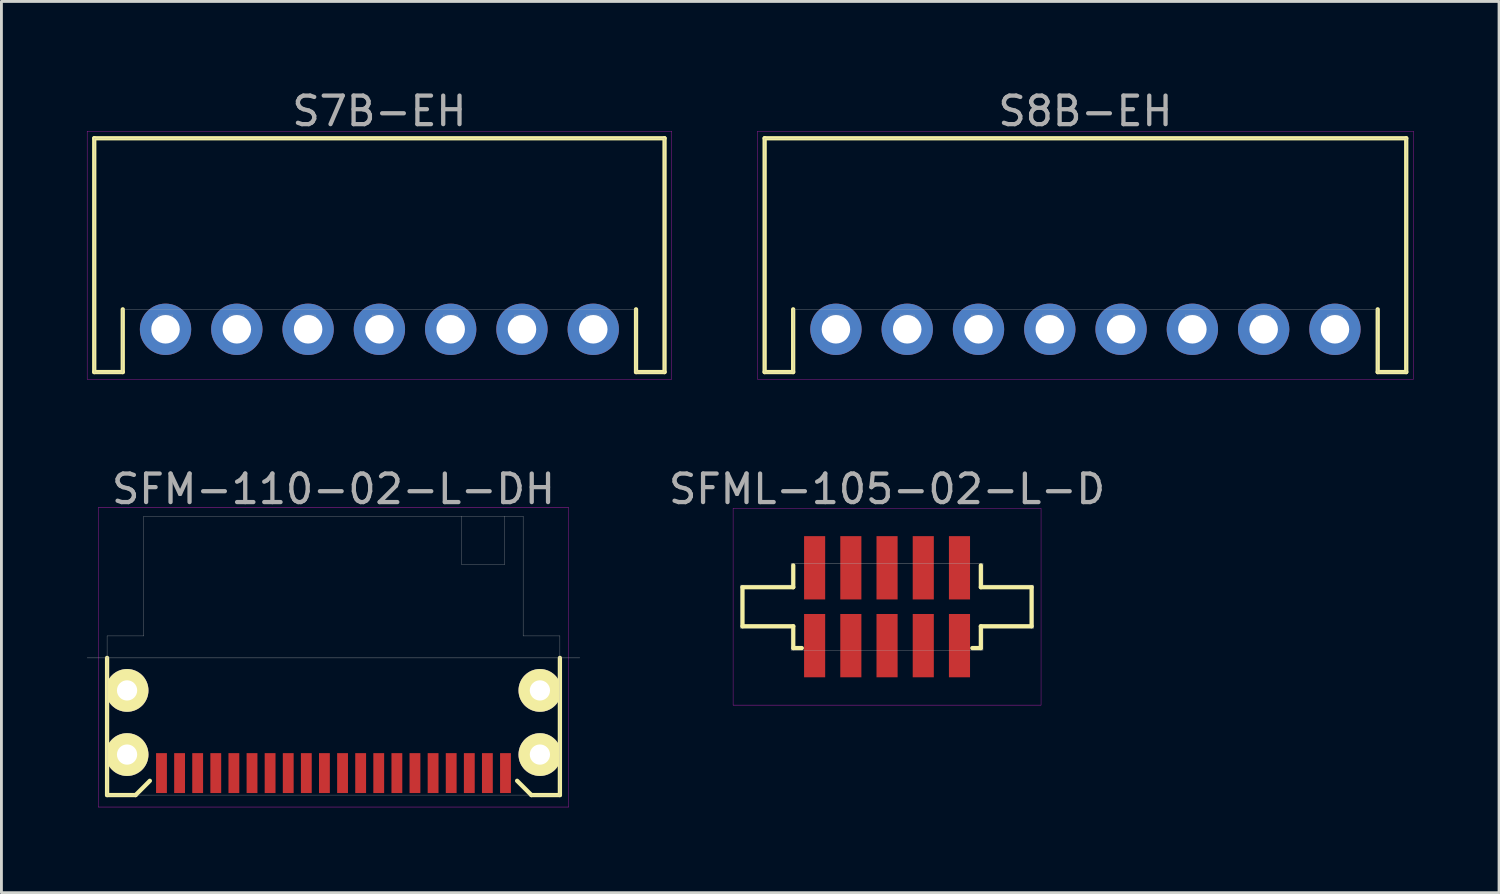
<source format=kicad_pcb>
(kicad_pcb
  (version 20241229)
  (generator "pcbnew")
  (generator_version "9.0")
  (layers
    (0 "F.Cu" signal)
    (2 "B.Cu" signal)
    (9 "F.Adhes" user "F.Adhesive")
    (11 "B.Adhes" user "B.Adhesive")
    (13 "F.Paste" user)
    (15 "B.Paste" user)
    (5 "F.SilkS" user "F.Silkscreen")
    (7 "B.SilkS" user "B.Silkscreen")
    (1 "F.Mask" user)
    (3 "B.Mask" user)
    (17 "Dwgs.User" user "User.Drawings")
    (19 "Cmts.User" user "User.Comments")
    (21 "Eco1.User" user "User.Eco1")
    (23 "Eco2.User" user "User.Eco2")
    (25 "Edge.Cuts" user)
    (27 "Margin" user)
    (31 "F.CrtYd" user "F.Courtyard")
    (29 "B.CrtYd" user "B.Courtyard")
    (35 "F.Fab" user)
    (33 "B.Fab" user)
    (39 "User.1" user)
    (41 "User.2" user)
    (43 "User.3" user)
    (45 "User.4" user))
  (footprint "SFM-110-02-L-DH"
    (layer "F.Cu")
    (at 8.645 20.252)
    (property "Reference" "SFM-110-02-L-DH" (at 0 -6.15 180) (layer "F.Fab") (effects (font (size 1 1) (thickness 0.15))))
    (attr through_hole)
    (fp_line (start -7.94 -0.23) (end -7.94 4.58) (stroke (width 0.15) (type solid)) (layer "F.SilkS"))
    (fp_line (start -7.94 4.58) (end -6.94 4.58) (stroke (width 0.15) (type solid)) (layer "F.SilkS"))
    (fp_line (start -6.44 4.08) (end -6.94 4.58) (stroke (width 0.15) (type solid)) (layer "F.SilkS"))
    (fp_line (start 6.44 4.08) (end 6.94 4.58) (stroke (width 0.15) (type solid)) (layer "F.SilkS"))
    (fp_line (start 6.94 4.58) (end 7.94 4.58) (stroke (width 0.15) (type solid)) (layer "F.SilkS"))
    (fp_line (start 7.94 -0.23) (end 7.94 4.58) (stroke (width 0.15) (type solid)) (layer "F.SilkS"))
    (fp_line (start -8.25 -5.5) (end -8.25 5) (stroke (width 0.01) (type solid)) (layer "F.CrtYd"))
    (fp_line (start -8.25 5) (end 8.25 5) (stroke (width 0.01) (type solid)) (layer "F.CrtYd"))
    (fp_line (start 8.25 -5.5) (end -8.25 -5.5) (stroke (width 0.01) (type solid)) (layer "F.CrtYd"))
    (fp_line (start 8.25 5) (end 8.25 -5.5) (stroke (width 0.01) (type solid)) (layer "F.CrtYd"))
    (fp_line (start -8.64 -0.23) (end 8.64 -0.23) (stroke (width 0.01) (type solid)) (layer "F.Fab"))
    (fp_line (start -7.94 -1) (end -7.94 4.58) (stroke (width 0.01) (type solid)) (layer "F.Fab"))
    (fp_line (start -7.94 -1) (end -6.65 -1) (stroke (width 0.01) (type solid)) (layer "F.Fab"))
    (fp_line (start -7.94 4.58) (end 7.94 4.58) (stroke (width 0.01) (type solid)) (layer "F.Fab"))
    (fp_line (start -6.65 -5.2) (end -6.65 -1) (stroke (width 0.01) (type solid)) (layer "F.Fab"))
    (fp_line (start -6.65 -5.2) (end 6.65 -5.2) (stroke (width 0.01) (type solid)) (layer "F.Fab"))
    (fp_line (start 4.5 -5.2) (end 4.5 -3.5) (stroke (width 0.01) (type solid)) (layer "F.Fab"))
    (fp_line (start 4.5 -3.5) (end 6 -3.5) (stroke (width 0.01) (type solid)) (layer "F.Fab"))
    (fp_line (start 6 -5.2) (end 6 -3.5) (stroke (width 0.01) (type solid)) (layer "F.Fab"))
    (fp_line (start 6.65 -5.2) (end 6.65 -1) (stroke (width 0.01) (type solid)) (layer "F.Fab"))
    (fp_line (start 6.65 -1) (end 7.94 -1) (stroke (width 0.01) (type solid)) (layer "F.Fab"))
    (fp_line (start 7.94 -1) (end 7.94 4.58) (stroke (width 0.01) (type solid)) (layer "F.Fab"))
    (pad "" thru_hole circle (at -7.239 0.91) (size 1.5 1.5) (drill 0.71) (layers "*.Cu" "*.Mask" "F.SilkS"))
    (pad "" thru_hole circle (at -7.239 3.16) (size 1.5 1.5) (drill 0.71) (layers "*.Cu" "*.Mask" "F.SilkS"))
    (pad "" thru_hole circle (at 7.239 0.91) (size 1.5 1.5) (drill 0.71) (layers "*.Cu" "*.Mask" "F.SilkS"))
    (pad "" thru_hole circle (at 7.239 3.16) (size 1.5 1.5) (drill 0.71) (layers "*.Cu" "*.Mask" "F.SilkS"))
    (pad "1" smd rect (at -6.032 3.81) (size 0.38 1.4) (layers "F.Cu" "F.Mask" "F.Paste"))
    (pad "2" smd rect (at -5.397 3.81) (size 0.38 1.4) (layers "F.Cu" "F.Mask" "F.Paste"))
    (pad "3" smd rect (at -4.763 3.81) (size 0.38 1.4) (layers "F.Cu" "F.Mask" "F.Paste"))
    (pad "4" smd rect (at -4.128 3.81) (size 0.38 1.4) (layers "F.Cu" "F.Mask" "F.Paste"))
    (pad "5" smd rect (at -3.493 3.81) (size 0.38 1.4) (layers "F.Cu" "F.Mask" "F.Paste"))
    (pad "6" smd rect (at -2.857 3.81) (size 0.38 1.4) (layers "F.Cu" "F.Mask" "F.Paste"))
    (pad "7" smd rect (at -2.223 3.81) (size 0.38 1.4) (layers "F.Cu" "F.Mask" "F.Paste"))
    (pad "8" smd rect (at -1.587 3.81) (size 0.38 1.4) (layers "F.Cu" "F.Mask" "F.Paste"))
    (pad "9" smd rect (at -0.953 3.81) (size 0.38 1.4) (layers "F.Cu" "F.Mask" "F.Paste"))
    (pad "10" smd rect (at -0.318 3.81) (size 0.38 1.4) (layers "F.Cu" "F.Mask" "F.Paste"))
    (pad "11" smd rect (at 0.318 3.81) (size 0.38 1.4) (layers "F.Cu" "F.Mask" "F.Paste"))
    (pad "12" smd rect (at 0.953 3.81) (size 0.38 1.4) (layers "F.Cu" "F.Mask" "F.Paste"))
    (pad "13" smd rect (at 1.587 3.81) (size 0.38 1.4) (layers "F.Cu" "F.Mask" "F.Paste"))
    (pad "14" smd rect (at 2.223 3.81) (size 0.38 1.4) (layers "F.Cu" "F.Mask" "F.Paste"))
    (pad "15" smd rect (at 2.857 3.81) (size 0.38 1.4) (layers "F.Cu" "F.Mask" "F.Paste"))
    (pad "16" smd rect (at 3.493 3.81) (size 0.38 1.4) (layers "F.Cu" "F.Mask" "F.Paste"))
    (pad "17" smd rect (at 4.128 3.81) (size 0.38 1.4) (layers "F.Cu" "F.Mask" "F.Paste"))
    (pad "18" smd rect (at 4.763 3.81) (size 0.38 1.4) (layers "F.Cu" "F.Mask" "F.Paste"))
    (pad "19" smd rect (at 5.397 3.81) (size 0.38 1.4) (layers "F.Cu" "F.Mask" "F.Paste"))
    (pad "20" smd rect (at 6.032 3.81) (size 0.38 1.4) (layers "F.Cu" "F.Mask" "F.Paste")))
  (footprint "S8B-EH"
    (layer "F.Cu")
    (at 35.015 8.498)
    (property "Reference" "S8B-EH" (at 0 -7.65 0) (layer "F.Fab") (effects (font (size 1 1) (thickness 0.15))))
    (attr through_hole)
    (fp_line (start -11.25 -6.7) (end -11.25 1.5) (stroke (width 0.15) (type solid)) (layer "F.SilkS"))
    (fp_line (start -11.25 -6.7) (end 11.25 -6.7) (stroke (width 0.15) (type solid)) (layer "F.SilkS"))
    (fp_line (start -11.25 1.5) (end -10.25 1.5) (stroke (width 0.15) (type solid)) (layer "F.SilkS"))
    (fp_line (start -10.25 1.5) (end -10.25 -0.7) (stroke (width 0.15) (type solid)) (layer "F.SilkS"))
    (fp_line (start 10.25 1.5) (end 10.25 -0.7) (stroke (width 0.15) (type solid)) (layer "F.SilkS"))
    (fp_line (start 11.25 -6.7) (end 11.25 1.5) (stroke (width 0.15) (type solid)) (layer "F.SilkS"))
    (fp_line (start 11.25 1.5) (end 10.25 1.5) (stroke (width 0.15) (type solid)) (layer "F.SilkS"))
    (fp_line (start -11.5 -6.95) (end 11.5 -6.95) (stroke (width 0.01) (type solid)) (layer "F.CrtYd"))
    (fp_line (start -11.5 1.75) (end -11.5 -6.95) (stroke (width 0.01) (type solid)) (layer "F.CrtYd"))
    (fp_line (start 11.5 -6.95) (end 11.5 1.75) (stroke (width 0.01) (type solid)) (layer "F.CrtYd"))
    (fp_line (start 11.5 1.75) (end -11.5 1.75) (stroke (width 0.01) (type solid)) (layer "F.CrtYd"))
    (fp_line (start -11.25 -6.7) (end -11.25 1.5) (stroke (width 0.01) (type solid)) (layer "F.Fab"))
    (fp_line (start -11.25 -6.7) (end 11.25 -6.7) (stroke (width 0.01) (type solid)) (layer "F.Fab"))
    (fp_line (start -11.25 1.5) (end -10.25 1.5) (stroke (width 0.01) (type solid)) (layer "F.Fab"))
    (fp_line (start -10.25 1.5) (end -10.25 -0.7) (stroke (width 0.01) (type solid)) (layer "F.Fab"))
    (fp_line (start -9 -0.5) (end -8.5 -0.5) (stroke (width 0.01) (type solid)) (layer "F.Fab"))
    (fp_line (start -9 -0.25) (end -8.5 -0.25) (stroke (width 0.01) (type solid)) (layer "F.Fab"))
    (fp_line (start -9 0.25) (end -9 -0.5) (stroke (width 0.01) (type solid)) (layer "F.Fab"))
    (fp_line (start -8.5 -0.5) (end -8.5 0.25) (stroke (width 0.01) (type solid)) (layer "F.Fab"))
    (fp_line (start -8.5 0.25) (end -9 0.25) (stroke (width 0.01) (type solid)) (layer "F.Fab"))
    (fp_line (start -6.5 -0.5) (end -6 -0.5) (stroke (width 0.01) (type solid)) (layer "F.Fab"))
    (fp_line (start -6.5 -0.25) (end -6 -0.25) (stroke (width 0.01) (type solid)) (layer "F.Fab"))
    (fp_line (start -6.5 0.25) (end -6.5 -0.5) (stroke (width 0.01) (type solid)) (layer "F.Fab"))
    (fp_line (start -6 -0.5) (end -6 0.25) (stroke (width 0.01) (type solid)) (layer "F.Fab"))
    (fp_line (start -6 0.25) (end -6.5 0.25) (stroke (width 0.01) (type solid)) (layer "F.Fab"))
    (fp_line (start -4 -0.5) (end -3.5 -0.5) (stroke (width 0.01) (type solid)) (layer "F.Fab"))
    (fp_line (start -4 -0.25) (end -3.5 -0.25) (stroke (width 0.01) (type solid)) (layer "F.Fab"))
    (fp_line (start -4 0.25) (end -4 -0.5) (stroke (width 0.01) (type solid)) (layer "F.Fab"))
    (fp_line (start -3.5 -0.5) (end -3.5 0.25) (stroke (width 0.01) (type solid)) (layer "F.Fab"))
    (fp_line (start -3.5 0.25) (end -4 0.25) (stroke (width 0.01) (type solid)) (layer "F.Fab"))
    (fp_line (start -1.5 -0.5) (end -1 -0.5) (stroke (width 0.01) (type solid)) (layer "F.Fab"))
    (fp_line (start -1.5 -0.25) (end -1 -0.25) (stroke (width 0.01) (type solid)) (layer "F.Fab"))
    (fp_line (start -1.5 0.25) (end -1.5 -0.5) (stroke (width 0.01) (type solid)) (layer "F.Fab"))
    (fp_line (start -1 -0.5) (end -1 0.25) (stroke (width 0.01) (type solid)) (layer "F.Fab"))
    (fp_line (start -1 0.25) (end -1.5 0.25) (stroke (width 0.01) (type solid)) (layer "F.Fab"))
    (fp_line (start 1 -0.5) (end 1.5 -0.5) (stroke (width 0.01) (type solid)) (layer "F.Fab"))
    (fp_line (start 1 -0.25) (end 1.5 -0.25) (stroke (width 0.01) (type solid)) (layer "F.Fab"))
    (fp_line (start 1 0.25) (end 1 -0.5) (stroke (width 0.01) (type solid)) (layer "F.Fab"))
    (fp_line (start 1.5 -0.5) (end 1.5 0.25) (stroke (width 0.01) (type solid)) (layer "F.Fab"))
    (fp_line (start 1.5 0.25) (end 1 0.25) (stroke (width 0.01) (type solid)) (layer "F.Fab"))
    (fp_line (start 3.5 -0.5) (end 4 -0.5) (stroke (width 0.01) (type solid)) (layer "F.Fab"))
    (fp_line (start 3.5 -0.25) (end 4 -0.25) (stroke (width 0.01) (type solid)) (layer "F.Fab"))
    (fp_line (start 3.5 0.25) (end 3.5 -0.5) (stroke (width 0.01) (type solid)) (layer "F.Fab"))
    (fp_line (start 4 -0.5) (end 4 0.25) (stroke (width 0.01) (type solid)) (layer "F.Fab"))
    (fp_line (start 4 0.25) (end 3.5 0.25) (stroke (width 0.01) (type solid)) (layer "F.Fab"))
    (fp_line (start 6 -0.5) (end 6.5 -0.5) (stroke (width 0.01) (type solid)) (layer "F.Fab"))
    (fp_line (start 6 -0.25) (end 6.5 -0.25) (stroke (width 0.01) (type solid)) (layer "F.Fab"))
    (fp_line (start 6 0.25) (end 6 -0.5) (stroke (width 0.01) (type solid)) (layer "F.Fab"))
    (fp_line (start 6.5 -0.5) (end 6.5 0.25) (stroke (width 0.01) (type solid)) (layer "F.Fab"))
    (fp_line (start 6.5 0.25) (end 6 0.25) (stroke (width 0.01) (type solid)) (layer "F.Fab"))
    (fp_line (start 8.5 -0.5) (end 9 -0.5) (stroke (width 0.01) (type solid)) (layer "F.Fab"))
    (fp_line (start 8.5 -0.25) (end 9 -0.25) (stroke (width 0.01) (type solid)) (layer "F.Fab"))
    (fp_line (start 8.5 0.25) (end 8.5 -0.5) (stroke (width 0.01) (type solid)) (layer "F.Fab"))
    (fp_line (start 9 -0.5) (end 9 0.25) (stroke (width 0.01) (type solid)) (layer "F.Fab"))
    (fp_line (start 9 0.25) (end 8.5 0.25) (stroke (width 0.01) (type solid)) (layer "F.Fab"))
    (fp_line (start 10.25 -0.7) (end -10.25 -0.7) (stroke (width 0.01) (type solid)) (layer "F.Fab"))
    (fp_line (start 10.25 1.5) (end 10.25 -0.7) (stroke (width 0.01) (type solid)) (layer "F.Fab"))
    (fp_line (start 11.25 -6.7) (end 11.25 1.5) (stroke (width 0.01) (type solid)) (layer "F.Fab"))
    (fp_line (start 11.25 1.5) (end 10.25 1.5) (stroke (width 0.01) (type solid)) (layer "F.Fab"))
    (pad "1" thru_hole circle (at 8.75 0) (size 1.8 1.8) (drill 1) (layers "*.Cu" "*.Mask"))
    (pad "2" thru_hole circle (at 6.25 0) (size 1.8 1.8) (drill 1) (layers "*.Cu" "*.Mask"))
    (pad "3" thru_hole circle (at 3.75 0) (size 1.8 1.8) (drill 1) (layers "*.Cu" "*.Mask"))
    (pad "4" thru_hole circle (at 1.25 0) (size 1.8 1.8) (drill 1) (layers "*.Cu" "*.Mask"))
    (pad "5" thru_hole circle (at -1.25 0) (size 1.8 1.8) (drill 1) (layers "*.Cu" "*.Mask"))
    (pad "6" thru_hole circle (at -3.75 0) (size 1.8 1.8) (drill 1) (layers "*.Cu" "*.Mask"))
    (pad "7" thru_hole circle (at -6.25 0) (size 1.8 1.8) (drill 1) (layers "*.Cu" "*.Mask"))
    (pad "8" thru_hole circle (at -8.75 0) (size 1.8 1.8) (drill 1) (layers "*.Cu" "*.Mask")))
  (footprint "S7B-EH"
    (layer "F.Cu")
    (at 10.255 8.498)
    (property "Reference" "S7B-EH" (at 0 -7.65 0) (layer "F.Fab") (effects (font (size 1 1) (thickness 0.15))))
    (attr through_hole)
    (fp_line (start -10 -6.7) (end -10 1.5) (stroke (width 0.15) (type solid)) (layer "F.SilkS"))
    (fp_line (start -10 -6.7) (end 10 -6.7) (stroke (width 0.15) (type solid)) (layer "F.SilkS"))
    (fp_line (start -10 1.5) (end -9 1.5) (stroke (width 0.15) (type solid)) (layer "F.SilkS"))
    (fp_line (start -9 1.5) (end -9 -0.7) (stroke (width 0.15) (type solid)) (layer "F.SilkS"))
    (fp_line (start 9 1.5) (end 9 -0.7) (stroke (width 0.15) (type solid)) (layer "F.SilkS"))
    (fp_line (start 10 -6.7) (end 10 1.5) (stroke (width 0.15) (type solid)) (layer "F.SilkS"))
    (fp_line (start 10 1.5) (end 9 1.5) (stroke (width 0.15) (type solid)) (layer "F.SilkS"))
    (fp_line (start -10.25 -6.95) (end 10.25 -6.95) (stroke (width 0.01) (type solid)) (layer "F.CrtYd"))
    (fp_line (start -10.25 1.75) (end -10.25 -6.95) (stroke (width 0.01) (type solid)) (layer "F.CrtYd"))
    (fp_line (start 10.25 -6.95) (end 10.25 1.75) (stroke (width 0.01) (type solid)) (layer "F.CrtYd"))
    (fp_line (start 10.25 1.75) (end -10.25 1.75) (stroke (width 0.01) (type solid)) (layer "F.CrtYd"))
    (fp_line (start -10 -6.7) (end -10 1.5) (stroke (width 0.01) (type solid)) (layer "F.Fab"))
    (fp_line (start -10 -6.7) (end 10 -6.7) (stroke (width 0.01) (type solid)) (layer "F.Fab"))
    (fp_line (start -10 1.5) (end -9 1.5) (stroke (width 0.01) (type solid)) (layer "F.Fab"))
    (fp_line (start -9 1.5) (end -9 -0.7) (stroke (width 0.01) (type solid)) (layer "F.Fab"))
    (fp_line (start -7.75 -0.5) (end -7.25 -0.5) (stroke (width 0.01) (type solid)) (layer "F.Fab"))
    (fp_line (start -7.75 -0.25) (end -7.25 -0.25) (stroke (width 0.01) (type solid)) (layer "F.Fab"))
    (fp_line (start -7.75 0.25) (end -7.75 -0.5) (stroke (width 0.01) (type solid)) (layer "F.Fab"))
    (fp_line (start -7.25 -0.5) (end -7.25 0.25) (stroke (width 0.01) (type solid)) (layer "F.Fab"))
    (fp_line (start -7.25 0.25) (end -7.75 0.25) (stroke (width 0.01) (type solid)) (layer "F.Fab"))
    (fp_line (start -5.25 -0.5) (end -4.75 -0.5) (stroke (width 0.01) (type solid)) (layer "F.Fab"))
    (fp_line (start -5.25 -0.25) (end -4.75 -0.25) (stroke (width 0.01) (type solid)) (layer "F.Fab"))
    (fp_line (start -5.25 0.25) (end -5.25 -0.5) (stroke (width 0.01) (type solid)) (layer "F.Fab"))
    (fp_line (start -4.75 -0.5) (end -4.75 0.25) (stroke (width 0.01) (type solid)) (layer "F.Fab"))
    (fp_line (start -4.75 0.25) (end -5.25 0.25) (stroke (width 0.01) (type solid)) (layer "F.Fab"))
    (fp_line (start -2.75 -0.5) (end -2.25 -0.5) (stroke (width 0.01) (type solid)) (layer "F.Fab"))
    (fp_line (start -2.75 -0.25) (end -2.25 -0.25) (stroke (width 0.01) (type solid)) (layer "F.Fab"))
    (fp_line (start -2.75 0.25) (end -2.75 -0.5) (stroke (width 0.01) (type solid)) (layer "F.Fab"))
    (fp_line (start -2.25 -0.5) (end -2.25 0.25) (stroke (width 0.01) (type solid)) (layer "F.Fab"))
    (fp_line (start -2.25 0.25) (end -2.75 0.25) (stroke (width 0.01) (type solid)) (layer "F.Fab"))
    (fp_line (start -0.25 -0.5) (end 0.25 -0.5) (stroke (width 0.01) (type solid)) (layer "F.Fab"))
    (fp_line (start -0.25 -0.25) (end 0.25 -0.25) (stroke (width 0.01) (type solid)) (layer "F.Fab"))
    (fp_line (start -0.25 0.25) (end -0.25 -0.5) (stroke (width 0.01) (type solid)) (layer "F.Fab"))
    (fp_line (start 0.25 -0.5) (end 0.25 0.25) (stroke (width 0.01) (type solid)) (layer "F.Fab"))
    (fp_line (start 0.25 0.25) (end -0.25 0.25) (stroke (width 0.01) (type solid)) (layer "F.Fab"))
    (fp_line (start 2.25 -0.5) (end 2.75 -0.5) (stroke (width 0.01) (type solid)) (layer "F.Fab"))
    (fp_line (start 2.25 -0.25) (end 2.75 -0.25) (stroke (width 0.01) (type solid)) (layer "F.Fab"))
    (fp_line (start 2.25 0.25) (end 2.25 -0.5) (stroke (width 0.01) (type solid)) (layer "F.Fab"))
    (fp_line (start 2.75 -0.5) (end 2.75 0.25) (stroke (width 0.01) (type solid)) (layer "F.Fab"))
    (fp_line (start 2.75 0.25) (end 2.25 0.25) (stroke (width 0.01) (type solid)) (layer "F.Fab"))
    (fp_line (start 4.75 -0.5) (end 5.25 -0.5) (stroke (width 0.01) (type solid)) (layer "F.Fab"))
    (fp_line (start 4.75 -0.25) (end 5.25 -0.25) (stroke (width 0.01) (type solid)) (layer "F.Fab"))
    (fp_line (start 4.75 0.25) (end 4.75 -0.5) (stroke (width 0.01) (type solid)) (layer "F.Fab"))
    (fp_line (start 5.25 -0.5) (end 5.25 0.25) (stroke (width 0.01) (type solid)) (layer "F.Fab"))
    (fp_line (start 5.25 0.25) (end 4.75 0.25) (stroke (width 0.01) (type solid)) (layer "F.Fab"))
    (fp_line (start 7.25 -0.5) (end 7.75 -0.5) (stroke (width 0.01) (type solid)) (layer "F.Fab"))
    (fp_line (start 7.25 -0.25) (end 7.75 -0.25) (stroke (width 0.01) (type solid)) (layer "F.Fab"))
    (fp_line (start 7.25 0.25) (end 7.25 -0.5) (stroke (width 0.01) (type solid)) (layer "F.Fab"))
    (fp_line (start 7.75 -0.5) (end 7.75 0.25) (stroke (width 0.01) (type solid)) (layer "F.Fab"))
    (fp_line (start 7.75 0.25) (end 7.25 0.25) (stroke (width 0.01) (type solid)) (layer "F.Fab"))
    (fp_line (start 9 -0.7) (end -9 -0.7) (stroke (width 0.01) (type solid)) (layer "F.Fab"))
    (fp_line (start 9 1.5) (end 9 -0.7) (stroke (width 0.01) (type solid)) (layer "F.Fab"))
    (fp_line (start 10 -6.7) (end 10 1.5) (stroke (width 0.01) (type solid)) (layer "F.Fab"))
    (fp_line (start 10 1.5) (end 9 1.5) (stroke (width 0.01) (type solid)) (layer "F.Fab"))
    (pad "1" thru_hole circle (at 7.5 0) (size 1.8 1.8) (drill 1) (layers "*.Cu" "*.Mask"))
    (pad "2" thru_hole circle (at 5 0) (size 1.8 1.8) (drill 1) (layers "*.Cu" "*.Mask"))
    (pad "3" thru_hole circle (at 2.5 0) (size 1.8 1.8) (drill 1) (layers "*.Cu" "*.Mask"))
    (pad "4" thru_hole circle (at 0 0) (size 1.8 1.8) (drill 1) (layers "*.Cu" "*.Mask"))
    (pad "5" thru_hole circle (at -2.5 0) (size 1.8 1.8) (drill 1) (layers "*.Cu" "*.Mask"))
    (pad "6" thru_hole circle (at -5 0) (size 1.8 1.8) (drill 1) (layers "*.Cu" "*.Mask"))
    (pad "7" thru_hole circle (at -7.5 0) (size 1.8 1.8) (drill 1) (layers "*.Cu" "*.Mask")))
  (footprint "SFML-105-02-L-D"
    (layer "F.Cu")
    (at 28.058 18.227)
    (property "Reference" "SFML-105-02-L-D" (at 0 -4.125 0) (layer "F.Fab") (effects (font (size 1 1) (thickness 0.15))))
    (attr through_hole)
    (fp_line (start -5.07 -0.685) (end -3.29 -0.685) (stroke (width 0.15) (type solid)) (layer "F.SilkS"))
    (fp_line (start -5.07 0.685) (end -5.07 -0.685) (stroke (width 0.15) (type solid)) (layer "F.SilkS"))
    (fp_line (start -3.29 -0.685) (end -3.29 -1.45) (stroke (width 0.15) (type solid)) (layer "F.SilkS"))
    (fp_line (start -3.29 0.685) (end -5.07 0.685) (stroke (width 0.15) (type solid)) (layer "F.SilkS"))
    (fp_line (start -3.29 1.45) (end -3.29 0.685) (stroke (width 0.15) (type solid)) (layer "F.SilkS"))
    (fp_line (start -2.99 1.45) (end -3.29 1.45) (stroke (width 0.15) (type solid)) (layer "F.SilkS"))
    (fp_line (start 3.29 -1.45) (end 3.29 -0.685) (stroke (width 0.15) (type solid)) (layer "F.SilkS"))
    (fp_line (start 3.29 -0.685) (end 5.07 -0.685) (stroke (width 0.15) (type solid)) (layer "F.SilkS"))
    (fp_line (start 3.29 0.685) (end 3.29 1.45) (stroke (width 0.15) (type solid)) (layer "F.SilkS"))
    (fp_line (start 3.29 1.45) (end 2.99 1.45) (stroke (width 0.15) (type solid)) (layer "F.SilkS"))
    (fp_line (start 5.07 -0.685) (end 5.07 0.685) (stroke (width 0.15) (type solid)) (layer "F.SilkS"))
    (fp_line (start 5.07 0.685) (end 3.29 0.685) (stroke (width 0.15) (type solid)) (layer "F.SilkS"))
    (fp_line (start -5.4 -3.45) (end 5.4 -3.45) (stroke (width 0.01) (type solid)) (layer "F.CrtYd"))
    (fp_line (start -5.4 3.45) (end -5.4 -3.45) (stroke (width 0.01) (type solid)) (layer "F.CrtYd"))
    (fp_line (start 5.4 -3.45) (end 5.4 3.45) (stroke (width 0.01) (type solid)) (layer "F.CrtYd"))
    (fp_line (start 5.4 3.45) (end -5.4 3.45) (stroke (width 0.01) (type solid)) (layer "F.CrtYd"))
    (fp_line (start -5.145 -0.76) (end -3.365 -0.76) (stroke (width 0.01) (type solid)) (layer "F.Fab"))
    (fp_line (start -5.145 0.76) (end -5.145 -0.76) (stroke (width 0.01) (type solid)) (layer "F.Fab"))
    (fp_line (start -3.365 -1.525) (end 3.365 -1.525) (stroke (width 0.01) (type solid)) (layer "F.Fab"))
    (fp_line (start -3.365 -0.76) (end -3.365 -1.525) (stroke (width 0.01) (type solid)) (layer "F.Fab"))
    (fp_line (start -3.365 0.76) (end -5.145 0.76) (stroke (width 0.01) (type solid)) (layer "F.Fab"))
    (fp_line (start -3.365 1.525) (end -3.365 0.76) (stroke (width 0.01) (type solid)) (layer "F.Fab"))
    (fp_line (start 3.365 -1.525) (end 3.365 -0.76) (stroke (width 0.01) (type solid)) (layer "F.Fab"))
    (fp_line (start 3.365 -0.76) (end 5.145 -0.76) (stroke (width 0.01) (type solid)) (layer "F.Fab"))
    (fp_line (start 3.365 0.76) (end 3.365 1.525) (stroke (width 0.01) (type solid)) (layer "F.Fab"))
    (fp_line (start 3.365 1.525) (end -3.365 1.525) (stroke (width 0.01) (type solid)) (layer "F.Fab"))
    (fp_line (start 5.145 -0.76) (end 5.145 0.76) (stroke (width 0.01) (type solid)) (layer "F.Fab"))
    (fp_line (start 5.145 0.76) (end 3.365 0.76) (stroke (width 0.01) (type solid)) (layer "F.Fab"))
    (pad "1" smd rect (at -2.54 -1.365) (size 0.74 2.22) (layers "F.Cu" "F.Mask" "F.Paste"))
    (pad "2" smd rect (at -2.54 1.365) (size 0.74 2.22) (layers "F.Cu" "F.Mask" "F.Paste"))
    (pad "3" smd rect (at -1.27 -1.365) (size 0.74 2.22) (layers "F.Cu" "F.Mask" "F.Paste"))
    (pad "4" smd rect (at -1.27 1.365) (size 0.74 2.22) (layers "F.Cu" "F.Mask" "F.Paste"))
    (pad "5" smd rect (at 0 -1.365) (size 0.74 2.22) (layers "F.Cu" "F.Mask" "F.Paste"))
    (pad "6" smd rect (at 0 1.365) (size 0.74 2.22) (layers "F.Cu" "F.Mask" "F.Paste"))
    (pad "7" smd rect (at 1.27 -1.365) (size 0.74 2.22) (layers "F.Cu" "F.Mask" "F.Paste"))
    (pad "8" smd rect (at 1.27 1.365) (size 0.74 2.22) (layers "F.Cu" "F.Mask" "F.Paste"))
    (pad "9" smd rect (at 2.54 -1.365) (size 0.74 2.22) (layers "F.Cu" "F.Mask" "F.Paste"))
    (pad "10" smd rect (at 2.54 1.365) (size 0.74 2.22) (layers "F.Cu" "F.Mask" "F.Paste")))
  (gr_rect
    (start -3 -3)
    (end 49.52 28.256)
    (stroke (width 0.1) (type default))
    (fill no)
    (layer "Edge.Cuts")))
</source>
